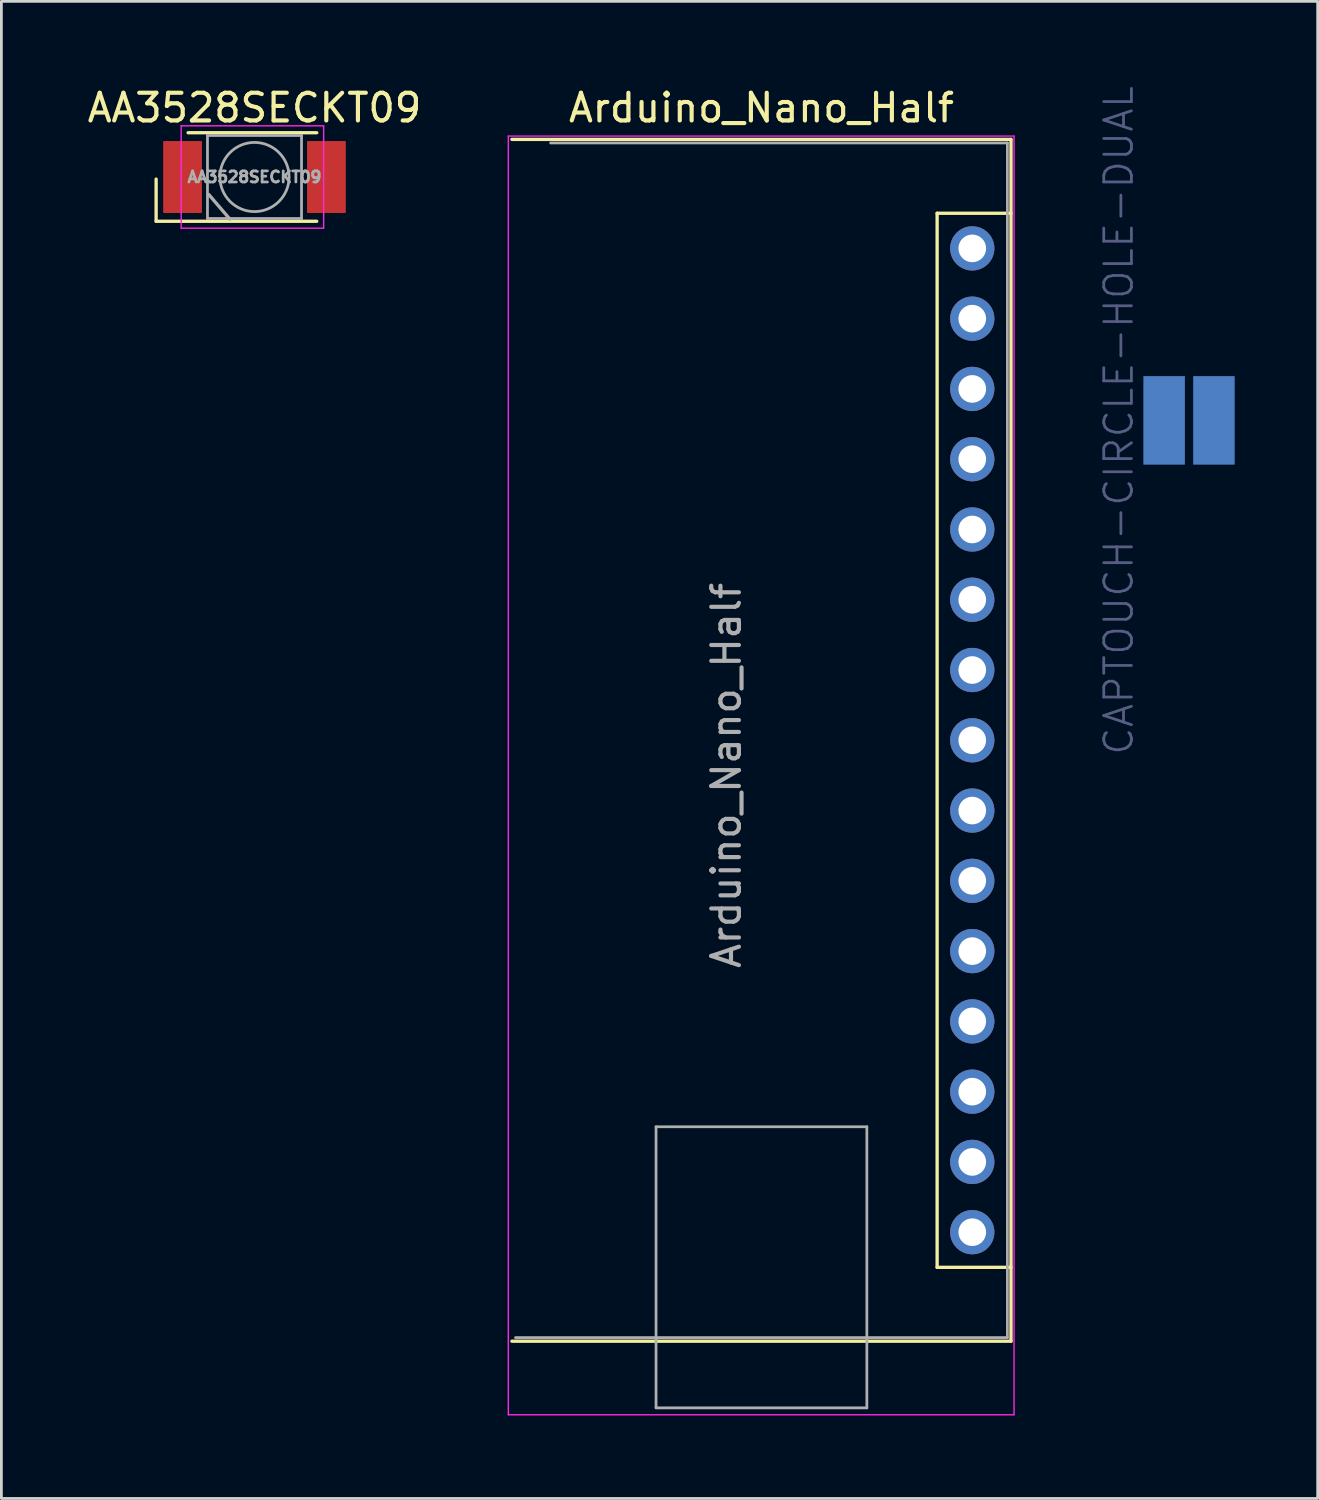
<source format=kicad_pcb>
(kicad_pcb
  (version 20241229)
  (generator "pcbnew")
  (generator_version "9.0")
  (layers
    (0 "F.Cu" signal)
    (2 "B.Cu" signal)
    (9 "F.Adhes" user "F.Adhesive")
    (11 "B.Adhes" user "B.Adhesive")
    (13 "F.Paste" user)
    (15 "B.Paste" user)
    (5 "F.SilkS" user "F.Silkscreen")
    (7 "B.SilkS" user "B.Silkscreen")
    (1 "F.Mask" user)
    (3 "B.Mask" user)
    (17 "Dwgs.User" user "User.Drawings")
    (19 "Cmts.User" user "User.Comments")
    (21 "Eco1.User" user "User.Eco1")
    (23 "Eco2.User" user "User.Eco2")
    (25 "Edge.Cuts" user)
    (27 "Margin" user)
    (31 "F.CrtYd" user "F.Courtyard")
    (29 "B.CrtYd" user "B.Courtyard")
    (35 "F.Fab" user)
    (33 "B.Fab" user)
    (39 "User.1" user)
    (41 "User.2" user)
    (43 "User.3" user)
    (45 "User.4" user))
  (footprint "Arduino_Nano_Half"
    (layer "F.Cu")
    (at 16.853 5.928)
    (property "Reference" "Arduino_Nano_Half" (at 7.62 -5.08 0) (layer "F.SilkS") (effects (font (size 1 1) (thickness 0.15))))
    (attr through_hole)
    (fp_line (start -1.4 39.5) (end 16.64 39.5) (stroke (width 0.12) (type solid)) (layer "F.SilkS"))
    (fp_line (start 13.97 -1.27) (end 13.97 36.83) (stroke (width 0.12) (type solid)) (layer "F.SilkS"))
    (fp_line (start 13.97 -1.27) (end 16.64 -1.27) (stroke (width 0.12) (type solid)) (layer "F.SilkS"))
    (fp_line (start 13.97 36.83) (end 16.64 36.83) (stroke (width 0.12) (type solid)) (layer "F.SilkS"))
    (fp_line (start 16.64 -3.94) (end -1.4 -3.94) (stroke (width 0.12) (type solid)) (layer "F.SilkS"))
    (fp_line (start 16.64 39.5) (end 16.64 -3.94) (stroke (width 0.12) (type solid)) (layer "F.SilkS"))
    (fp_line (start -1.53 -4.06) (end -1.53 42.16) (stroke (width 0.05) (type solid)) (layer "F.CrtYd"))
    (fp_line (start -1.53 -4.06) (end 16.75 -4.06) (stroke (width 0.05) (type solid)) (layer "F.CrtYd"))
    (fp_line (start 16.75 42.16) (end -1.53 42.16) (stroke (width 0.05) (type solid)) (layer "F.CrtYd"))
    (fp_line (start 16.75 42.16) (end 16.75 -4.06) (stroke (width 0.05) (type solid)) (layer "F.CrtYd"))
    (fp_line (start 0 -3.81) (end 16.51 -3.81) (stroke (width 0.1) (type solid)) (layer "F.Fab"))
    (fp_line (start 3.81 31.75) (end 11.43 31.75) (stroke (width 0.1) (type solid)) (layer "F.Fab"))
    (fp_line (start 3.81 41.91) (end 3.81 31.75) (stroke (width 0.1) (type solid)) (layer "F.Fab"))
    (fp_line (start 11.43 31.75) (end 11.43 41.91) (stroke (width 0.1) (type solid)) (layer "F.Fab"))
    (fp_line (start 11.43 41.91) (end 3.81 41.91) (stroke (width 0.1) (type solid)) (layer "F.Fab"))
    (fp_line (start 16.51 -3.81) (end 16.51 39.37) (stroke (width 0.1) (type solid)) (layer "F.Fab"))
    (fp_line (start 16.51 39.37) (end -1.27 39.37) (stroke (width 0.1) (type solid)) (layer "F.Fab"))
    (fp_text user "${REFERENCE}" (at 6.35 19.05 90) (layer "F.Fab") (effects (font (size 1 1) (thickness 0.15))))
    (pad "16" thru_hole oval (at 15.24 35.56) (size 1.6 1.6) (drill 1) (layers "*.Cu" "*.Mask"))
    (pad "17" thru_hole oval (at 15.24 33.02) (size 1.6 1.6) (drill 1) (layers "*.Cu" "*.Mask"))
    (pad "18" thru_hole oval (at 15.24 30.48) (size 1.6 1.6) (drill 1) (layers "*.Cu" "*.Mask"))
    (pad "19" thru_hole oval (at 15.24 27.94) (size 1.6 1.6) (drill 1) (layers "*.Cu" "*.Mask"))
    (pad "20" thru_hole oval (at 15.24 25.4) (size 1.6 1.6) (drill 1) (layers "*.Cu" "*.Mask"))
    (pad "21" thru_hole oval (at 15.24 22.86) (size 1.6 1.6) (drill 1) (layers "*.Cu" "*.Mask"))
    (pad "22" thru_hole oval (at 15.24 20.32) (size 1.6 1.6) (drill 1) (layers "*.Cu" "*.Mask"))
    (pad "23" thru_hole oval (at 15.24 17.78) (size 1.6 1.6) (drill 1) (layers "*.Cu" "*.Mask"))
    (pad "24" thru_hole oval (at 15.24 15.24) (size 1.6 1.6) (drill 1) (layers "*.Cu" "*.Mask"))
    (pad "25" thru_hole oval (at 15.24 12.7) (size 1.6 1.6) (drill 1) (layers "*.Cu" "*.Mask"))
    (pad "26" thru_hole oval (at 15.24 10.16) (size 1.6 1.6) (drill 1) (layers "*.Cu" "*.Mask"))
    (pad "27" thru_hole oval (at 15.24 7.62) (size 1.6 1.6) (drill 1) (layers "*.Cu" "*.Mask"))
    (pad "28" thru_hole oval (at 15.24 5.08) (size 1.6 1.6) (drill 1) (layers "*.Cu" "*.Mask"))
    (pad "29" thru_hole oval (at 15.24 2.54) (size 1.6 1.6) (drill 1) (layers "*.Cu" "*.Mask"))
    (pad "30" thru_hole oval (at 15.24 0) (size 1.6 1.6) (drill 1) (layers "*.Cu" "*.Mask")))
  (footprint "CAPTOUCH-CIRCLE-HOLE-DUAL"
    (layer "F.Cu")
    (at 39.928 12.145)
    (property "Reference" "CAPTOUCH-CIRCLE-HOLE-DUAL" (at -2.54 0 90) (layer "B.Fab") (effects (font (size 1 1) (thickness 0.1))))
    (attr exclude_from_pos_files exclude_from_bom)
    (pad "1" smd rect (at -0.9 0) (size 1.5 3.2) (layers "B.Cu" "B.Mask" "B.Paste"))
    (pad "2" smd rect (at 0.9 0) (size 1.5 3.2) (layers "B.Cu" "B.Mask" "B.Paste")))
  (footprint "AA3528SECKT09"
    (layer "F.Cu")
    (at 6.149 3.348)
    (property "Reference" "AA3528SECKT09" (at 0 -2.5 0) (layer "F.SilkS") (effects (font (size 1 1) (thickness 0.15))))
    (attr smd)
    (fp_line (start -3.556 1.6) (end -3.556 0.076) (stroke (width 0.12) (type solid)) (layer "F.SilkS"))
    (fp_line (start 2.25 -1.6) (end -2.4 -1.6) (stroke (width 0.12) (type solid)) (layer "F.SilkS"))
    (fp_line (start 2.25 1.6) (end -3.556 1.6) (stroke (width 0.12) (type solid)) (layer "F.SilkS"))
    (fp_line (start -2.65 -1.85) (end 2.5 -1.85) (stroke (width 0.05) (type solid)) (layer "F.CrtYd"))
    (fp_line (start -2.65 1.85) (end -2.65 -1.85) (stroke (width 0.05) (type solid)) (layer "F.CrtYd"))
    (fp_line (start 2.5 -1.85) (end 2.5 1.85) (stroke (width 0.05) (type solid)) (layer "F.CrtYd"))
    (fp_line (start 2.5 1.85) (end -2.65 1.85) (stroke (width 0.05) (type solid)) (layer "F.CrtYd"))
    (fp_line (start -1.7 -1.5) (end -1.7 1.5) (stroke (width 0.1) (type solid)) (layer "F.Fab"))
    (fp_line (start -1.7 1.5) (end 1.7 1.5) (stroke (width 0.1) (type solid)) (layer "F.Fab"))
    (fp_line (start -1.651 0.635) (end -0.889 1.524) (stroke (width 0.12) (type solid)) (layer "F.Fab"))
    (fp_line (start 1.7 -1.5) (end -1.7 -1.5) (stroke (width 0.1) (type solid)) (layer "F.Fab"))
    (fp_line (start 1.7 1.5) (end 1.7 -1.5) (stroke (width 0.1) (type solid)) (layer "F.Fab"))
    (fp_circle (center 0 0) (end 0 -1.25) (stroke (width 0.1) (type solid)) (fill no) (layer "F.Fab"))
    (fp_text user "${REFERENCE}" (at 0 0 0) (layer "F.Fab") (effects (font (size 0.4 0.4) (thickness 0.1))))
    (pad "" smd circle (at 0 0) (size 3.2 3.2) (layers "F.Mask"))
    (pad "1" smd rect (at -2.6 0) (size 1.4 2.6) (layers "F.Cu" "F.Mask" "F.Paste"))
    (pad "2" smd rect (at 2.6 0) (size 1.4 2.6) (layers "F.Cu" "F.Mask" "F.Paste")))
  (gr_rect
    (start -3 -3)
    (end 44.578 51.113)
    (stroke (width 0.1) (type default))
    (fill no)
    (layer "Edge.Cuts")))
</source>
